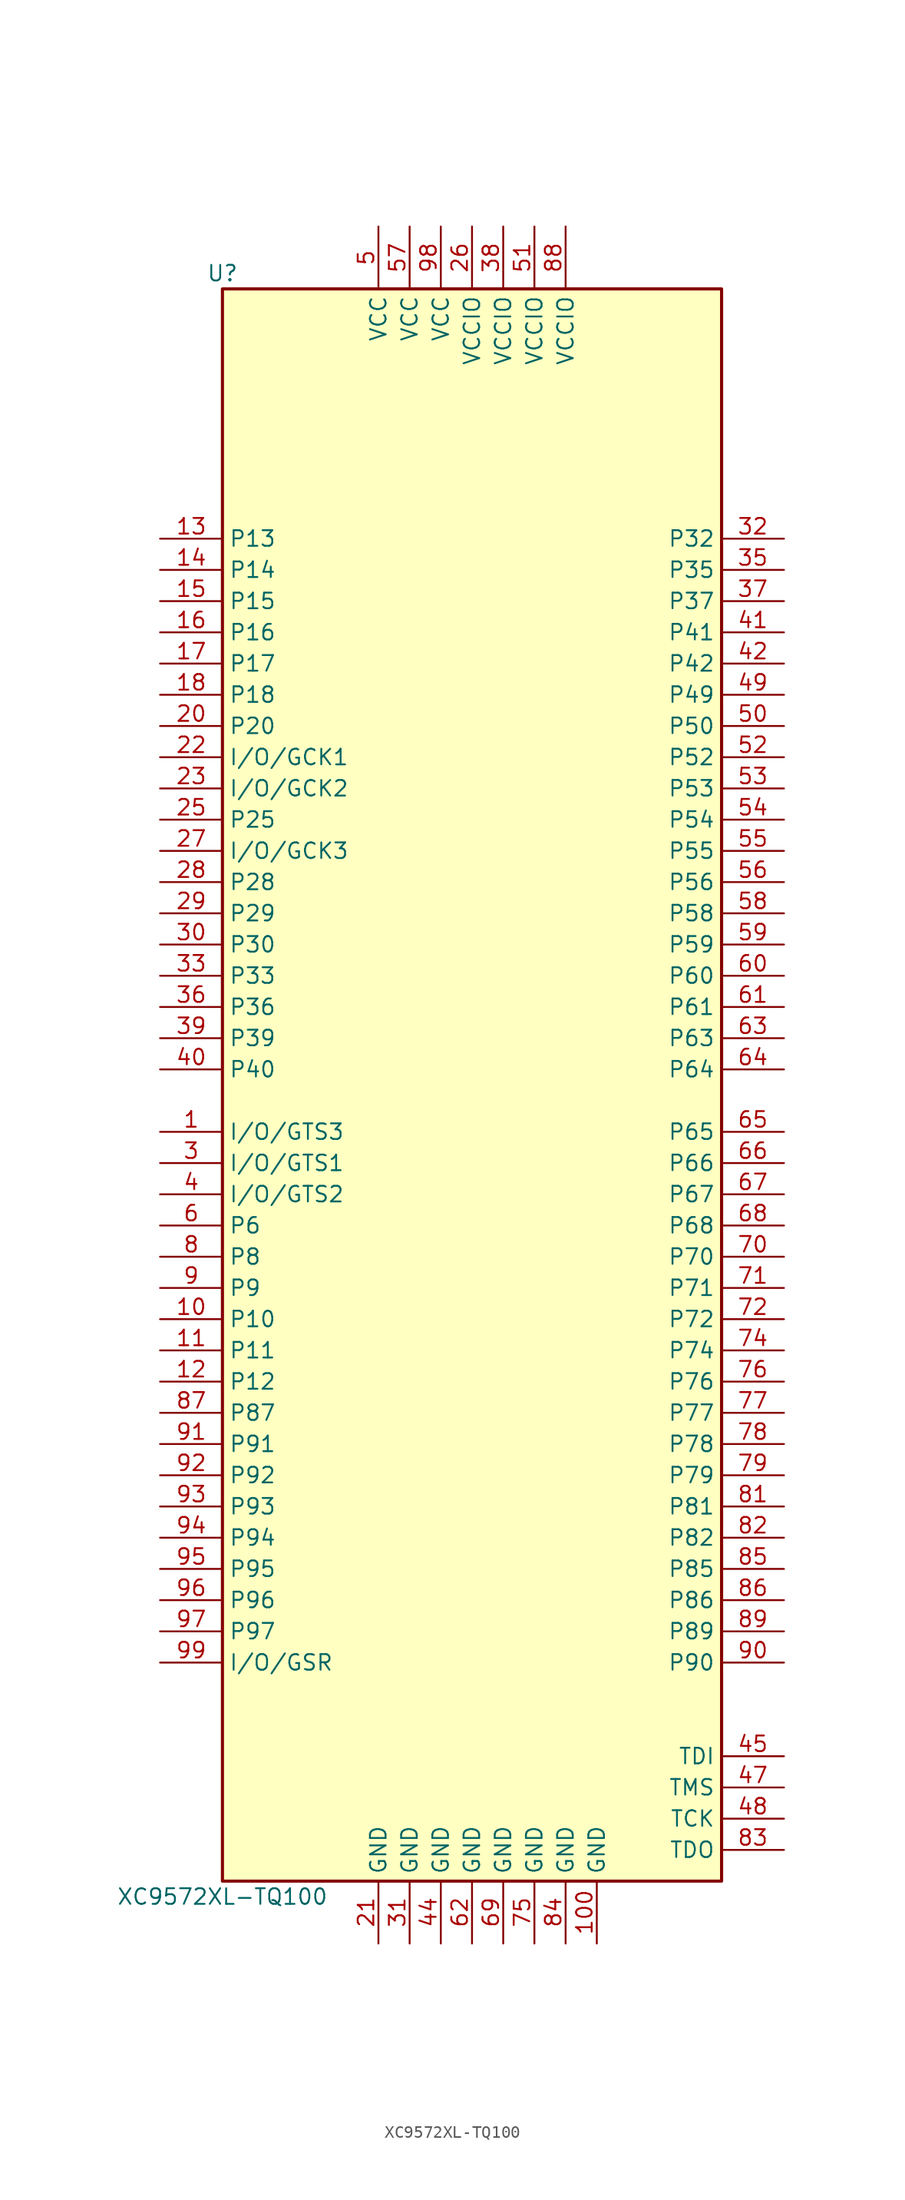
<source format=kicad_sym>
(kicad_symbol_lib
  (version 20241209)
  (generator "kicad_symbol_editor")
  (generator_version "9.0")
  (symbol "XC9572XL-TQ100"
    (property "Reference" "U"
      (at -20.32 64.77 0)
      (effects (font (size 1.27 1.27))))
    (property "Value" "XC9572XL-TQ100"
      (at -20.32 -67.31 0)
      (effects (font (size 1.27 1.27))))
    (symbol "XC9572XL-TQ100_1_1"
      (rectangle (start -20.32 63.5) (end 20.32 -66.04) (stroke (width 0.254) (type default)) (fill (type background)))
      (pin bidirectional line (at -25.4 43.18 0) (length 5.08) (name "P13" (effects (font (size 1.27 1.27)))) (number "13" (effects (font (size 1.27 1.27)))))
      (pin bidirectional line (at -25.4 40.64 0) (length 5.08) (name "P14" (effects (font (size 1.27 1.27)))) (number "14" (effects (font (size 1.27 1.27)))))
      (pin bidirectional line (at -25.4 38.1 0) (length 5.08) (name "P15" (effects (font (size 1.27 1.27)))) (number "15" (effects (font (size 1.27 1.27)))))
      (pin bidirectional line (at -25.4 35.56 0) (length 5.08) (name "P16" (effects (font (size 1.27 1.27)))) (number "16" (effects (font (size 1.27 1.27)))))
      (pin bidirectional line (at -25.4 33.02 0) (length 5.08) (name "P17" (effects (font (size 1.27 1.27)))) (number "17" (effects (font (size 1.27 1.27)))))
      (pin bidirectional line (at -25.4 30.48 0) (length 5.08) (name "P18" (effects (font (size 1.27 1.27)))) (number "18" (effects (font (size 1.27 1.27)))))
      (pin bidirectional line (at -25.4 27.94 0) (length 5.08) (name "P20" (effects (font (size 1.27 1.27)))) (number "20" (effects (font (size 1.27 1.27)))))
      (pin bidirectional line (at -25.4 25.4 0) (length 5.08) (name "I/O/GCK1" (effects (font (size 1.27 1.27)))) (number "22" (effects (font (size 1.27 1.27)))))
      (pin bidirectional line (at -25.4 22.86 0) (length 5.08) (name "I/O/GCK2" (effects (font (size 1.27 1.27)))) (number "23" (effects (font (size 1.27 1.27)))))
      (pin bidirectional line (at -25.4 20.32 0) (length 5.08) (name "P25" (effects (font (size 1.27 1.27)))) (number "25" (effects (font (size 1.27 1.27)))))
      (pin bidirectional line (at -25.4 17.78 0) (length 5.08) (name "I/O/GCK3" (effects (font (size 1.27 1.27)))) (number "27" (effects (font (size 1.27 1.27)))))
      (pin bidirectional line (at -25.4 15.24 0) (length 5.08) (name "P28" (effects (font (size 1.27 1.27)))) (number "28" (effects (font (size 1.27 1.27)))))
      (pin bidirectional line (at -25.4 12.7 0) (length 5.08) (name "P29" (effects (font (size 1.27 1.27)))) (number "29" (effects (font (size 1.27 1.27)))))
      (pin bidirectional line (at -25.4 10.16 0) (length 5.08) (name "P30" (effects (font (size 1.27 1.27)))) (number "30" (effects (font (size 1.27 1.27)))))
      (pin bidirectional line (at -25.4 7.62 0) (length 5.08) (name "P33" (effects (font (size 1.27 1.27)))) (number "33" (effects (font (size 1.27 1.27)))))
      (pin bidirectional line (at -25.4 5.08 0) (length 5.08) (name "P36" (effects (font (size 1.27 1.27)))) (number "36" (effects (font (size 1.27 1.27)))))
      (pin bidirectional line (at -25.4 2.54 0) (length 5.08) (name "P39" (effects (font (size 1.27 1.27)))) (number "39" (effects (font (size 1.27 1.27)))))
      (pin bidirectional line (at -25.4 0 0) (length 5.08) (name "P40" (effects (font (size 1.27 1.27)))) (number "40" (effects (font (size 1.27 1.27)))))
      (pin bidirectional line (at -25.4 -5.08 0) (length 5.08) (name "I/O/GTS3" (effects (font (size 1.27 1.27)))) (number "1" (effects (font (size 1.27 1.27)))))
      (pin bidirectional line (at -25.4 -7.62 0) (length 5.08) (name "I/O/GTS1" (effects (font (size 1.27 1.27)))) (number "3" (effects (font (size 1.27 1.27)))))
      (pin bidirectional line (at -25.4 -10.16 0) (length 5.08) (name "I/O/GTS2" (effects (font (size 1.27 1.27)))) (number "4" (effects (font (size 1.27 1.27)))))
      (pin bidirectional line (at -25.4 -12.7 0) (length 5.08) (name "P6" (effects (font (size 1.27 1.27)))) (number "6" (effects (font (size 1.27 1.27)))))
      (pin bidirectional line (at -25.4 -15.24 0) (length 5.08) (name "P8" (effects (font (size 1.27 1.27)))) (number "8" (effects (font (size 1.27 1.27)))))
      (pin bidirectional line (at -25.4 -17.78 0) (length 5.08) (name "P9" (effects (font (size 1.27 1.27)))) (number "9" (effects (font (size 1.27 1.27)))))
      (pin bidirectional line (at -25.4 -20.32 0) (length 5.08) (name "P10" (effects (font (size 1.27 1.27)))) (number "10" (effects (font (size 1.27 1.27)))))
      (pin bidirectional line (at -25.4 -22.86 0) (length 5.08) (name "P11" (effects (font (size 1.27 1.27)))) (number "11" (effects (font (size 1.27 1.27)))))
      (pin bidirectional line (at -25.4 -25.4 0) (length 5.08) (name "P12" (effects (font (size 1.27 1.27)))) (number "12" (effects (font (size 1.27 1.27)))))
      (pin bidirectional line (at -25.4 -27.94 0) (length 5.08) (name "P87" (effects (font (size 1.27 1.27)))) (number "87" (effects (font (size 1.27 1.27)))))
      (pin bidirectional line (at -25.4 -30.48 0) (length 5.08) (name "P91" (effects (font (size 1.27 1.27)))) (number "91" (effects (font (size 1.27 1.27)))))
      (pin bidirectional line (at -25.4 -33.02 0) (length 5.08) (name "P92" (effects (font (size 1.27 1.27)))) (number "92" (effects (font (size 1.27 1.27)))))
      (pin bidirectional line (at -25.4 -35.56 0) (length 5.08) (name "P93" (effects (font (size 1.27 1.27)))) (number "93" (effects (font (size 1.27 1.27)))))
      (pin bidirectional line (at -25.4 -38.1 0) (length 5.08) (name "P94" (effects (font (size 1.27 1.27)))) (number "94" (effects (font (size 1.27 1.27)))))
      (pin bidirectional line (at -25.4 -40.64 0) (length 5.08) (name "P95" (effects (font (size 1.27 1.27)))) (number "95" (effects (font (size 1.27 1.27)))))
      (pin bidirectional line (at -25.4 -43.18 0) (length 5.08) (name "P96" (effects (font (size 1.27 1.27)))) (number "96" (effects (font (size 1.27 1.27)))))
      (pin bidirectional line (at -25.4 -45.72 0) (length 5.08) (name "P97" (effects (font (size 1.27 1.27)))) (number "97" (effects (font (size 1.27 1.27)))))
      (pin bidirectional line (at -25.4 -48.26 0) (length 5.08) (name "I/O/GSR" (effects (font (size 1.27 1.27)))) (number "99" (effects (font (size 1.27 1.27)))))
      (pin no_connect line (at -20.32 60.96 0) (length 0) (hide yes) (name "NC" (effects (font (size 1.27 1.27)))) (number "2" (effects (font (size 1.27 1.27)))))
      (pin no_connect line (at -20.32 58.42 0) (length 0) (hide yes) (name "NC" (effects (font (size 1.27 1.27)))) (number "7" (effects (font (size 1.27 1.27)))))
      (pin no_connect line (at -20.32 55.88 0) (length 0) (hide yes) (name "NC" (effects (font (size 1.27 1.27)))) (number "19" (effects (font (size 1.27 1.27)))))
      (pin no_connect line (at -20.32 53.34 0) (length 0) (hide yes) (name "NC" (effects (font (size 1.27 1.27)))) (number "24" (effects (font (size 1.27 1.27)))))
      (pin no_connect line (at -20.32 50.8 0) (length 0) (hide yes) (name "NC" (effects (font (size 1.27 1.27)))) (number "34" (effects (font (size 1.27 1.27)))))
      (pin no_connect line (at -20.32 48.26 0) (length 0) (hide yes) (name "NC" (effects (font (size 1.27 1.27)))) (number "43" (effects (font (size 1.27 1.27)))))
      (pin power_in line (at -7.62 68.58 270) (length 5.08) (name "VCC" (effects (font (size 1.27 1.27)))) (number "5" (effects (font (size 1.27 1.27)))))
      (pin power_in line (at -7.62 -71.12 90) (length 5.08) (name "GND" (effects (font (size 1.27 1.27)))) (number "21" (effects (font (size 1.27 1.27)))))
      (pin power_in line (at -5.08 68.58 270) (length 5.08) (name "VCC" (effects (font (size 1.27 1.27)))) (number "57" (effects (font (size 1.27 1.27)))))
      (pin power_in line (at -5.08 -71.12 90) (length 5.08) (name "GND" (effects (font (size 1.27 1.27)))) (number "31" (effects (font (size 1.27 1.27)))))
      (pin power_in line (at -2.54 68.58 270) (length 5.08) (name "VCC" (effects (font (size 1.27 1.27)))) (number "98" (effects (font (size 1.27 1.27)))))
      (pin power_in line (at -2.54 -71.12 90) (length 5.08) (name "GND" (effects (font (size 1.27 1.27)))) (number "44" (effects (font (size 1.27 1.27)))))
      (pin power_in line (at 0 68.58 270) (length 5.08) (name "VCCIO" (effects (font (size 1.27 1.27)))) (number "26" (effects (font (size 1.27 1.27)))))
      (pin power_in line (at 0 -71.12 90) (length 5.08) (name "GND" (effects (font (size 1.27 1.27)))) (number "62" (effects (font (size 1.27 1.27)))))
      (pin power_in line (at 2.54 68.58 270) (length 5.08) (name "VCCIO" (effects (font (size 1.27 1.27)))) (number "38" (effects (font (size 1.27 1.27)))))
      (pin power_in line (at 2.54 -71.12 90) (length 5.08) (name "GND" (effects (font (size 1.27 1.27)))) (number "69" (effects (font (size 1.27 1.27)))))
      (pin power_in line (at 5.08 68.58 270) (length 5.08) (name "VCCIO" (effects (font (size 1.27 1.27)))) (number "51" (effects (font (size 1.27 1.27)))))
      (pin power_in line (at 5.08 -71.12 90) (length 5.08) (name "GND" (effects (font (size 1.27 1.27)))) (number "75" (effects (font (size 1.27 1.27)))))
      (pin power_in line (at 7.62 68.58 270) (length 5.08) (name "VCCIO" (effects (font (size 1.27 1.27)))) (number "88" (effects (font (size 1.27 1.27)))))
      (pin power_in line (at 7.62 -71.12 90) (length 5.08) (name "GND" (effects (font (size 1.27 1.27)))) (number "84" (effects (font (size 1.27 1.27)))))
      (pin power_in line (at 10.16 -71.12 90) (length 5.08) (name "GND" (effects (font (size 1.27 1.27)))) (number "100" (effects (font (size 1.27 1.27)))))
      (pin no_connect line (at 20.32 60.96 180) (length 0) (hide yes) (name "NC" (effects (font (size 1.27 1.27)))) (number "46" (effects (font (size 1.27 1.27)))))
      (pin no_connect line (at 20.32 58.42 180) (length 0) (hide yes) (name "NC" (effects (font (size 1.27 1.27)))) (number "73" (effects (font (size 1.27 1.27)))))
      (pin no_connect line (at 20.32 55.88 180) (length 0) (hide yes) (name "NC" (effects (font (size 1.27 1.27)))) (number "80" (effects (font (size 1.27 1.27)))))
      (pin bidirectional line (at 25.4 43.18 180) (length 5.08) (name "P32" (effects (font (size 1.27 1.27)))) (number "32" (effects (font (size 1.27 1.27)))))
      (pin bidirectional line (at 25.4 40.64 180) (length 5.08) (name "P35" (effects (font (size 1.27 1.27)))) (number "35" (effects (font (size 1.27 1.27)))))
      (pin bidirectional line (at 25.4 38.1 180) (length 5.08) (name "P37" (effects (font (size 1.27 1.27)))) (number "37" (effects (font (size 1.27 1.27)))))
      (pin bidirectional line (at 25.4 35.56 180) (length 5.08) (name "P41" (effects (font (size 1.27 1.27)))) (number "41" (effects (font (size 1.27 1.27)))))
      (pin bidirectional line (at 25.4 33.02 180) (length 5.08) (name "P42" (effects (font (size 1.27 1.27)))) (number "42" (effects (font (size 1.27 1.27)))))
      (pin bidirectional line (at 25.4 30.48 180) (length 5.08) (name "P49" (effects (font (size 1.27 1.27)))) (number "49" (effects (font (size 1.27 1.27)))))
      (pin bidirectional line (at 25.4 27.94 180) (length 5.08) (name "P50" (effects (font (size 1.27 1.27)))) (number "50" (effects (font (size 1.27 1.27)))))
      (pin bidirectional line (at 25.4 25.4 180) (length 5.08) (name "P52" (effects (font (size 1.27 1.27)))) (number "52" (effects (font (size 1.27 1.27)))))
      (pin bidirectional line (at 25.4 22.86 180) (length 5.08) (name "P53" (effects (font (size 1.27 1.27)))) (number "53" (effects (font (size 1.27 1.27)))))
      (pin bidirectional line (at 25.4 20.32 180) (length 5.08) (name "P54" (effects (font (size 1.27 1.27)))) (number "54" (effects (font (size 1.27 1.27)))))
      (pin bidirectional line (at 25.4 17.78 180) (length 5.08) (name "P55" (effects (font (size 1.27 1.27)))) (number "55" (effects (font (size 1.27 1.27)))))
      (pin bidirectional line (at 25.4 15.24 180) (length 5.08) (name "P56" (effects (font (size 1.27 1.27)))) (number "56" (effects (font (size 1.27 1.27)))))
      (pin bidirectional line (at 25.4 12.7 180) (length 5.08) (name "P58" (effects (font (size 1.27 1.27)))) (number "58" (effects (font (size 1.27 1.27)))))
      (pin bidirectional line (at 25.4 10.16 180) (length 5.08) (name "P59" (effects (font (size 1.27 1.27)))) (number "59" (effects (font (size 1.27 1.27)))))
      (pin bidirectional line (at 25.4 7.62 180) (length 5.08) (name "P60" (effects (font (size 1.27 1.27)))) (number "60" (effects (font (size 1.27 1.27)))))
      (pin bidirectional line (at 25.4 5.08 180) (length 5.08) (name "P61" (effects (font (size 1.27 1.27)))) (number "61" (effects (font (size 1.27 1.27)))))
      (pin bidirectional line (at 25.4 2.54 180) (length 5.08) (name "P63" (effects (font (size 1.27 1.27)))) (number "63" (effects (font (size 1.27 1.27)))))
      (pin bidirectional line (at 25.4 0 180) (length 5.08) (name "P64" (effects (font (size 1.27 1.27)))) (number "64" (effects (font (size 1.27 1.27)))))
      (pin bidirectional line (at 25.4 -5.08 180) (length 5.08) (name "P65" (effects (font (size 1.27 1.27)))) (number "65" (effects (font (size 1.27 1.27)))))
      (pin bidirectional line (at 25.4 -7.62 180) (length 5.08) (name "P66" (effects (font (size 1.27 1.27)))) (number "66" (effects (font (size 1.27 1.27)))))
      (pin bidirectional line (at 25.4 -10.16 180) (length 5.08) (name "P67" (effects (font (size 1.27 1.27)))) (number "67" (effects (font (size 1.27 1.27)))))
      (pin bidirectional line (at 25.4 -12.7 180) (length 5.08) (name "P68" (effects (font (size 1.27 1.27)))) (number "68" (effects (font (size 1.27 1.27)))))
      (pin bidirectional line (at 25.4 -15.24 180) (length 5.08) (name "P70" (effects (font (size 1.27 1.27)))) (number "70" (effects (font (size 1.27 1.27)))))
      (pin bidirectional line (at 25.4 -17.78 180) (length 5.08) (name "P71" (effects (font (size 1.27 1.27)))) (number "71" (effects (font (size 1.27 1.27)))))
      (pin bidirectional line (at 25.4 -20.32 180) (length 5.08) (name "P72" (effects (font (size 1.27 1.27)))) (number "72" (effects (font (size 1.27 1.27)))))
      (pin bidirectional line (at 25.4 -22.86 180) (length 5.08) (name "P74" (effects (font (size 1.27 1.27)))) (number "74" (effects (font (size 1.27 1.27)))))
      (pin bidirectional line (at 25.4 -25.4 180) (length 5.08) (name "P76" (effects (font (size 1.27 1.27)))) (number "76" (effects (font (size 1.27 1.27)))))
      (pin bidirectional line (at 25.4 -27.94 180) (length 5.08) (name "P77" (effects (font (size 1.27 1.27)))) (number "77" (effects (font (size 1.27 1.27)))))
      (pin bidirectional line (at 25.4 -30.48 180) (length 5.08) (name "P78" (effects (font (size 1.27 1.27)))) (number "78" (effects (font (size 1.27 1.27)))))
      (pin bidirectional line (at 25.4 -33.02 180) (length 5.08) (name "P79" (effects (font (size 1.27 1.27)))) (number "79" (effects (font (size 1.27 1.27)))))
      (pin bidirectional line (at 25.4 -35.56 180) (length 5.08) (name "P81" (effects (font (size 1.27 1.27)))) (number "81" (effects (font (size 1.27 1.27)))))
      (pin bidirectional line (at 25.4 -38.1 180) (length 5.08) (name "P82" (effects (font (size 1.27 1.27)))) (number "82" (effects (font (size 1.27 1.27)))))
      (pin bidirectional line (at 25.4 -40.64 180) (length 5.08) (name "P85" (effects (font (size 1.27 1.27)))) (number "85" (effects (font (size 1.27 1.27)))))
      (pin bidirectional line (at 25.4 -43.18 180) (length 5.08) (name "P86" (effects (font (size 1.27 1.27)))) (number "86" (effects (font (size 1.27 1.27)))))
      (pin bidirectional line (at 25.4 -45.72 180) (length 5.08) (name "P89" (effects (font (size 1.27 1.27)))) (number "89" (effects (font (size 1.27 1.27)))))
      (pin bidirectional line (at 25.4 -48.26 180) (length 5.08) (name "P90" (effects (font (size 1.27 1.27)))) (number "90" (effects (font (size 1.27 1.27)))))
      (pin input line (at 25.4 -55.88 180) (length 5.08) (name "TDI" (effects (font (size 1.27 1.27)))) (number "45" (effects (font (size 1.27 1.27)))))
      (pin input line (at 25.4 -58.42 180) (length 5.08) (name "TMS" (effects (font (size 1.27 1.27)))) (number "47" (effects (font (size 1.27 1.27)))))
      (pin input line (at 25.4 -60.96 180) (length 5.08) (name "TCK" (effects (font (size 1.27 1.27)))) (number "48" (effects (font (size 1.27 1.27)))))
      (pin output line (at 25.4 -63.5 180) (length 5.08) (name "TDO" (effects (font (size 1.27 1.27)))) (number "83" (effects (font (size 1.27 1.27))))))))
</source>
